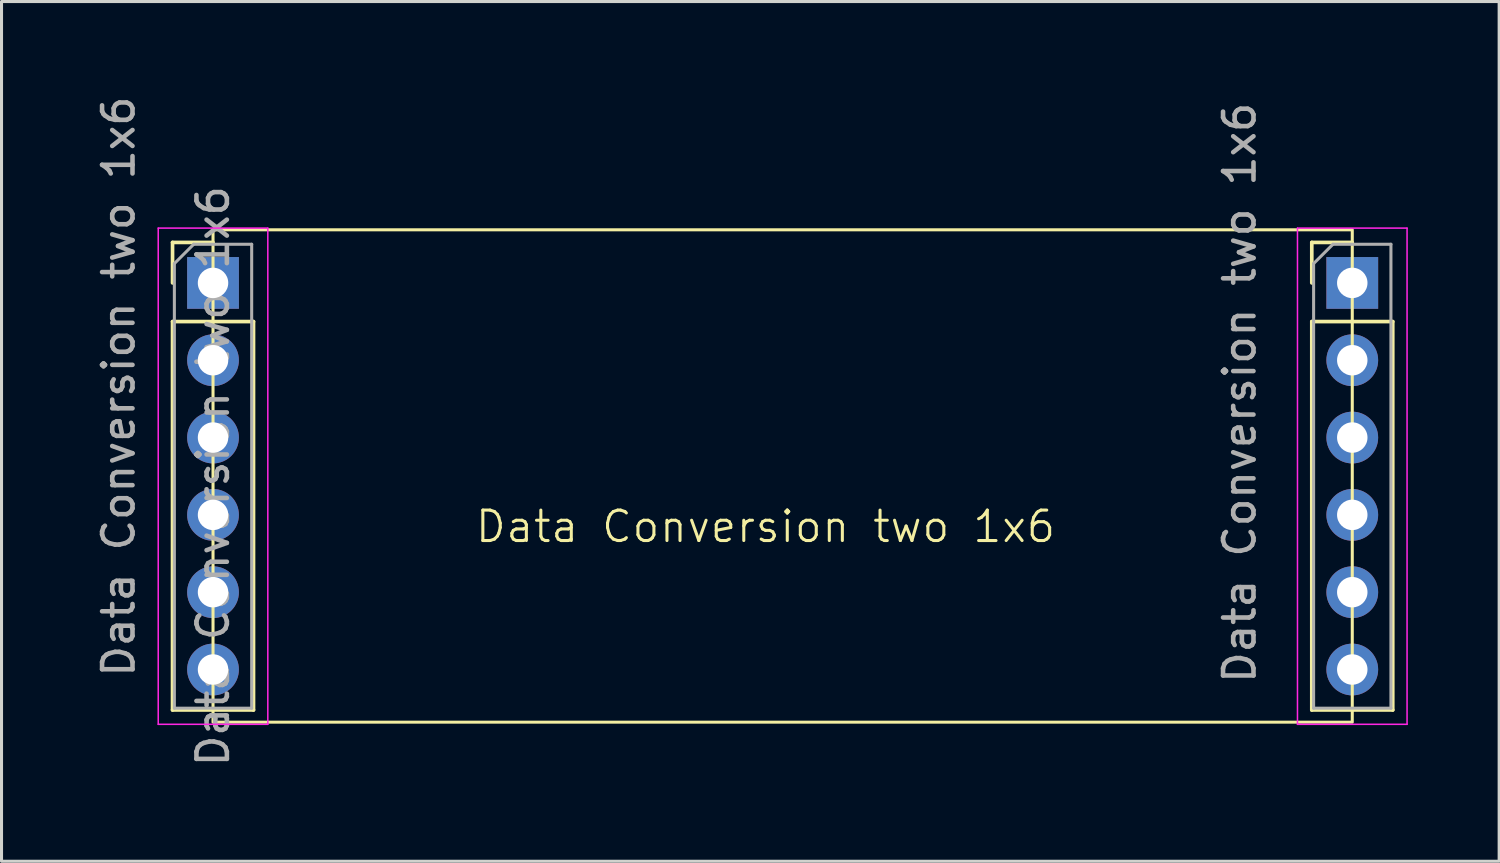
<source format=kicad_pcb>
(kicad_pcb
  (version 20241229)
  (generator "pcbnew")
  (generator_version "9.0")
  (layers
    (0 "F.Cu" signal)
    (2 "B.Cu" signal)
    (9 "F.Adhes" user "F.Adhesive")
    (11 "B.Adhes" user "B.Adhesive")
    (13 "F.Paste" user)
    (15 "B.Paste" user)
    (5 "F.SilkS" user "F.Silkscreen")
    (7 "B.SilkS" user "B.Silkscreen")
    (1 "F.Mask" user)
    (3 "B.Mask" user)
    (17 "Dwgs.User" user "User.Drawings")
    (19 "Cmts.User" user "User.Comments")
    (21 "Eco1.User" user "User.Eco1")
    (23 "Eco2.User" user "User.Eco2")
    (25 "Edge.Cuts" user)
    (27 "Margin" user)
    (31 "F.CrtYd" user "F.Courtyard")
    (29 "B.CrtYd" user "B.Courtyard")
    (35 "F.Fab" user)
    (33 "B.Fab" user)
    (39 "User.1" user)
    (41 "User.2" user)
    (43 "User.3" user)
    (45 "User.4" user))
  (footprint "Data Conversion two 1x6"
    (layer "F.Cu")
    (at 22.098 14.749)
    (property "Reference" "Data Conversion two 1x6" (at 0 -0.5 0) (unlocked yes) (layer "F.SilkS") (effects (font (size 1 1) (thickness 0.1))))
    (attr smd)
    (fp_line (start -19.48 -9.835) (end -18.15 -9.835) (stroke (width 0.12) (type solid)) (layer "F.SilkS"))
    (fp_line (start -19.48 -8.505) (end -19.48 -9.835) (stroke (width 0.12) (type solid)) (layer "F.SilkS"))
    (fp_line (start -19.48 -7.235) (end -19.48 5.525) (stroke (width 0.12) (type solid)) (layer "F.SilkS"))
    (fp_line (start -19.48 -7.235) (end -16.82 -7.235) (stroke (width 0.12) (type solid)) (layer "F.SilkS"))
    (fp_line (start -19.48 5.525) (end -16.82 5.525) (stroke (width 0.12) (type solid)) (layer "F.SilkS"))
    (fp_line (start -16.82 -7.235) (end -16.82 5.525) (stroke (width 0.12) (type solid)) (layer "F.SilkS"))
    (fp_line (start 17.945 -9.835) (end 19.275 -9.835) (stroke (width 0.12) (type solid)) (layer "F.SilkS"))
    (fp_line (start 17.945 -8.505) (end 17.945 -9.835) (stroke (width 0.12) (type solid)) (layer "F.SilkS"))
    (fp_line (start 17.945 -7.235) (end 17.945 5.525) (stroke (width 0.12) (type solid)) (layer "F.SilkS"))
    (fp_line (start 17.945 -7.235) (end 20.605 -7.235) (stroke (width 0.12) (type solid)) (layer "F.SilkS"))
    (fp_line (start 17.945 5.525) (end 20.605 5.525) (stroke (width 0.12) (type solid)) (layer "F.SilkS"))
    (fp_line (start 20.605 -7.235) (end 20.605 5.525) (stroke (width 0.12) (type solid)) (layer "F.SilkS"))
    (fp_rect (start -18.15 -10.25) (end 19.275 5.925) (stroke (width 0.1) (type default)) (fill no) (layer "F.SilkS"))
    (fp_line (start -19.95 -10.305) (end -19.95 5.995) (stroke (width 0.05) (type solid)) (layer "F.CrtYd"))
    (fp_line (start -19.95 5.995) (end -16.35 5.995) (stroke (width 0.05) (type solid)) (layer "F.CrtYd"))
    (fp_line (start -16.35 -10.305) (end -19.95 -10.305) (stroke (width 0.05) (type solid)) (layer "F.CrtYd"))
    (fp_line (start -16.35 5.995) (end -16.35 -10.305) (stroke (width 0.05) (type solid)) (layer "F.CrtYd"))
    (fp_line (start 17.475 -10.305) (end 17.475 5.995) (stroke (width 0.05) (type solid)) (layer "F.CrtYd"))
    (fp_line (start 17.475 5.995) (end 21.075 5.995) (stroke (width 0.05) (type solid)) (layer "F.CrtYd"))
    (fp_line (start 21.075 -10.305) (end 17.475 -10.305) (stroke (width 0.05) (type solid)) (layer "F.CrtYd"))
    (fp_line (start 21.075 5.995) (end 21.075 -10.305) (stroke (width 0.05) (type solid)) (layer "F.CrtYd"))
    (fp_line (start -19.42 -9.14) (end -18.785 -9.775) (stroke (width 0.1) (type solid)) (layer "F.Fab"))
    (fp_line (start -19.42 5.465) (end -19.42 -9.14) (stroke (width 0.1) (type solid)) (layer "F.Fab"))
    (fp_line (start -18.785 -9.775) (end -16.88 -9.775) (stroke (width 0.1) (type solid)) (layer "F.Fab"))
    (fp_line (start -16.88 -9.775) (end -16.88 5.465) (stroke (width 0.1) (type solid)) (layer "F.Fab"))
    (fp_line (start -16.88 5.465) (end -19.42 5.465) (stroke (width 0.1) (type solid)) (layer "F.Fab"))
    (fp_line (start 18.005 -9.14) (end 18.64 -9.775) (stroke (width 0.1) (type solid)) (layer "F.Fab"))
    (fp_line (start 18.005 5.465) (end 18.005 -9.14) (stroke (width 0.1) (type solid)) (layer "F.Fab"))
    (fp_line (start 18.64 -9.775) (end 20.545 -9.775) (stroke (width 0.1) (type solid)) (layer "F.Fab"))
    (fp_line (start 20.545 -9.775) (end 20.545 5.465) (stroke (width 0.1) (type solid)) (layer "F.Fab"))
    (fp_line (start 20.545 5.465) (end 18.005 5.465) (stroke (width 0.1) (type solid)) (layer "F.Fab"))
    (fp_text user "${REFERENCE}" (at -18.15 -2.155 90) (layer "F.Fab") (effects (font (size 1 1) (thickness 0.15))))
    (fp_text user "${REFERENCE}" (at 15.575 -4.895 90) (layer "F.Fab") (effects (font (size 1 1) (thickness 0.15))))
    (fp_text user "${REFERENCE}" (at -21.25 -5.1 90) (unlocked yes) (layer "F.Fab") (effects (font (size 1 1) (thickness 0.15))))
    (pad "1" thru_hole rect (at -18.15 -8.505) (size 1.7 1.7) (drill 1) (layers "*.Cu" "*.Mask"))
    (pad "2" thru_hole oval (at -18.15 -5.965) (size 1.7 1.7) (drill 1) (layers "*.Cu" "*.Mask"))
    (pad "3" thru_hole oval (at -18.15 -3.425) (size 1.7 1.7) (drill 1) (layers "*.Cu" "*.Mask"))
    (pad "4" thru_hole oval (at -18.15 -0.885) (size 1.7 1.7) (drill 1) (layers "*.Cu" "*.Mask"))
    (pad "5" thru_hole oval (at -18.15 1.655) (size 1.7 1.7) (drill 1) (layers "*.Cu" "*.Mask"))
    (pad "6" thru_hole oval (at -18.15 4.195) (size 1.7 1.7) (drill 1) (layers "*.Cu" "*.Mask"))
    (pad "7" thru_hole rect (at 19.275 -8.505) (size 1.7 1.7) (drill 1) (layers "*.Cu" "*.Mask"))
    (pad "8" thru_hole oval (at 19.275 -5.965) (size 1.7 1.7) (drill 1) (layers "*.Cu" "*.Mask"))
    (pad "9" thru_hole oval (at 19.275 -3.425) (size 1.7 1.7) (drill 1) (layers "*.Cu" "*.Mask"))
    (pad "10" thru_hole oval (at 19.275 -0.885) (size 1.7 1.7) (drill 1) (layers "*.Cu" "*.Mask"))
    (pad "11" thru_hole oval (at 19.275 1.655) (size 1.7 1.7) (drill 1) (layers "*.Cu" "*.Mask"))
    (pad "12" thru_hole oval (at 19.275 4.195) (size 1.7 1.7) (drill 1) (layers "*.Cu" "*.Mask")))
  (gr_rect
    (start -3 -3)
    (end 46.198 25.243)
    (stroke (width 0.1) (type default))
    (fill no)
    (layer "Edge.Cuts")))
</source>
